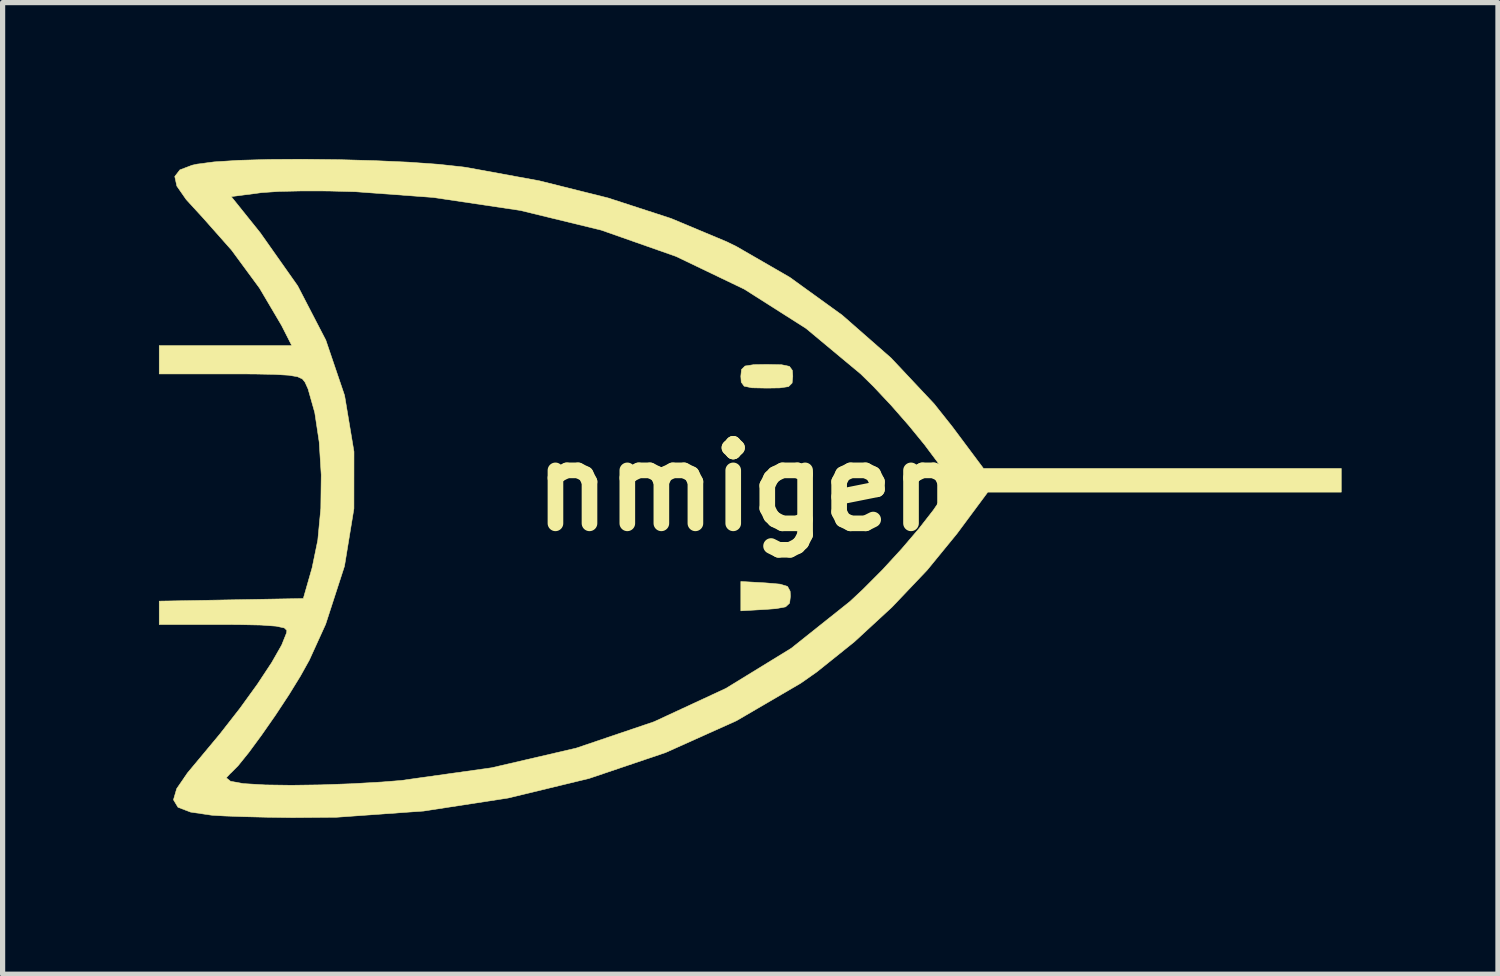
<source format=kicad_pcb>
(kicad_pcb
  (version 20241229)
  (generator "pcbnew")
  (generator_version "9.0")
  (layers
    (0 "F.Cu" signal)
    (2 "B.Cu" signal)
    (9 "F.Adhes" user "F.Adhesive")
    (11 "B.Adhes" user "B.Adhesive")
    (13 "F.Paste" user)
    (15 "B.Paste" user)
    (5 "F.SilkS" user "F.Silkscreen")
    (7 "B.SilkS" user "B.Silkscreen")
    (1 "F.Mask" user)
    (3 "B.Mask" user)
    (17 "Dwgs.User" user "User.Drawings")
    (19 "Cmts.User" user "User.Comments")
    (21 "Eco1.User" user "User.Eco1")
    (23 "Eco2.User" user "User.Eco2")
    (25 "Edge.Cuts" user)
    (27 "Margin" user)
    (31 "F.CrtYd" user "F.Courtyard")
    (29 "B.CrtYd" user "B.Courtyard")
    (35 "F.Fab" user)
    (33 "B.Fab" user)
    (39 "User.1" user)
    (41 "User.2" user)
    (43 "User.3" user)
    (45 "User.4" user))
  (footprint "nmigen"
    (layer "F.Cu")
    (at 11.344 6.301)
    (property "Reference" "nmigen" (at 0 0 0) (layer "F.SilkS") (effects (font (size 1.524 1.524) (thickness 0.3))))
    (attr through_hole)
    (fp_poly (pts (xy 0.295 1.832) (xy 0.573 1.856) (xy 0.715 1.9) (xy 0.765 1.991) (xy 0.771 2.086) (xy 0.755 2.22) (xy 0.678 2.292) (xy 0.495 2.326) (xy 0.295 2.341) (xy -0.181 2.368) (xy -0.181 1.805) (xy 0.295 1.832)) (stroke (width 0.01) (type solid)) (fill yes) (layer "F.SilkS"))
    (fp_poly (pts (xy 0.603 -2.353) (xy 0.752 -2.322) (xy 0.808 -2.245) (xy 0.816 -2.132) (xy 0.803 -2.002) (xy 0.735 -1.934) (xy 0.567 -1.909) (xy 0.318 -1.905) (xy 0.032 -1.911) (xy -0.117 -1.942) (xy -0.173 -2.019) (xy -0.181 -2.132) (xy -0.168 -2.262) (xy -0.1 -2.329) (xy 0.068 -2.355) (xy 0.318 -2.359) (xy 0.603 -2.353)) (stroke (width 0.01) (type solid)) (fill yes) (layer "F.SilkS"))
    (fp_poly (pts (xy -7.897 -6.288) (xy -7.21 -6.269) (xy -6.559 -6.24) (xy -5.981 -6.199) (xy -5.512 -6.148) (xy -5.443 -6.138) (xy -4.046 -5.882) (xy -2.728 -5.553) (xy -1.52 -5.16) (xy -0.45 -4.712) (xy -0.266 -4.622) (xy 0.759 -4.03) (xy 1.764 -3.304) (xy 2.702 -2.482) (xy 3.528 -1.603) (xy 3.876 -1.165) (xy 4.475 -0.363) (xy 11.339 -0.363) (xy 11.339 0.091) (xy 4.557 0.091) (xy 3.964 0.89) (xy 3.394 1.587) (xy 2.721 2.295) (xy 1.997 2.963) (xy 1.276 3.541) (xy 0.968 3.757) (xy -0.265 4.477) (xy -1.626 5.088) (xy -3.093 5.584) (xy -4.647 5.96) (xy -6.266 6.209) (xy -7.929 6.328) (xy -8.786 6.335) (xy -9.272 6.328) (xy -9.719 6.317) (xy -10.083 6.304) (xy -10.318 6.29) (xy -10.341 6.288) (xy -10.739 6.229) (xy -10.979 6.137) (xy -11.066 5.993) (xy -11.004 5.78) (xy -10.861 5.572) (xy -10.053 5.572) (xy -9.971 5.638) (xy -9.724 5.683) (xy -9.304 5.708) (xy -8.804 5.715) (xy -8.243 5.707) (xy -7.636 5.685) (xy -7.065 5.652) (xy -6.7 5.623) (xy -4.962 5.379) (xy -3.343 5.003) (xy -1.844 4.495) (xy -0.467 3.856) (xy 0.786 3.087) (xy 1.914 2.188) (xy 2.156 1.962) (xy 2.537 1.58) (xy 2.904 1.18) (xy 3.237 0.79) (xy 3.512 0.437) (xy 3.708 0.148) (xy 3.804 -0.049) (xy 3.809 -0.084) (xy 3.75 -0.239) (xy 3.587 -0.494) (xy 3.343 -0.82) (xy 3.041 -1.189) (xy 2.705 -1.573) (xy 2.359 -1.941) (xy 2.121 -2.175) (xy 1.069 -3.051) (xy -0.114 -3.803) (xy -1.425 -4.432) (xy -2.859 -4.936) (xy -4.412 -5.314) (xy -6.081 -5.563) (xy -7.575 -5.673) (xy -8.094 -5.687) (xy -8.603 -5.688) (xy -9.046 -5.678) (xy -9.37 -5.656) (xy -9.401 -5.652) (xy -9.958 -5.579) (xy -9.401 -4.885) (xy -8.683 -3.867) (xy -8.143 -2.825) (xy -7.783 -1.764) (xy -7.603 -0.686) (xy -7.604 0.407) (xy -7.785 1.511) (xy -8.146 2.624) (xy -8.46 3.314) (xy -8.628 3.616) (xy -8.852 3.98) (xy -9.109 4.37) (xy -9.374 4.75) (xy -9.621 5.086) (xy -9.826 5.34) (xy -9.964 5.479) (xy -9.972 5.484) (xy -10.053 5.572) (xy -10.861 5.572) (xy -10.798 5.479) (xy -10.587 5.226) (xy -10.174 4.73) (xy -9.79 4.238) (xy -9.453 3.772) (xy -9.181 3.36) (xy -8.99 3.025) (xy -8.897 2.793) (xy -8.89 2.744) (xy -8.939 2.696) (xy -9.097 2.662) (xy -9.386 2.641) (xy -9.826 2.632) (xy -10.115 2.631) (xy -11.339 2.631) (xy -11.339 2.182) (xy -9.957 2.157) (xy -8.575 2.132) (xy -8.406 1.542) (xy -8.297 1.013) (xy -8.239 0.402) (xy -8.231 -0.241) (xy -8.27 -0.87) (xy -8.355 -1.435) (xy -8.484 -1.89) (xy -8.542 -2.018) (xy -8.592 -2.08) (xy -8.687 -2.124) (xy -8.854 -2.152) (xy -9.123 -2.168) (xy -9.52 -2.176) (xy -9.982 -2.177) (xy -11.339 -2.177) (xy -11.339 -2.721) (xy -8.796 -2.721) (xy -8.992 -3.107) (xy -9.415 -3.824) (xy -9.95 -4.551) (xy -10.499 -5.171) (xy -10.821 -5.522) (xy -11.001 -5.781) (xy -11.041 -5.965) (xy -10.943 -6.092) (xy -10.709 -6.181) (xy -10.614 -6.202) (xy -10.287 -6.245) (xy -9.816 -6.275) (xy -9.236 -6.292) (xy -8.585 -6.296) (xy -7.897 -6.288)) (stroke (width 0.01) (type solid)) (fill yes) (layer "F.SilkS")))
  (gr_rect
    (start -3 -3)
    (end 25.689 15.641)
    (stroke (width 0.1) (type default))
    (fill no)
    (layer "Edge.Cuts")))
</source>
